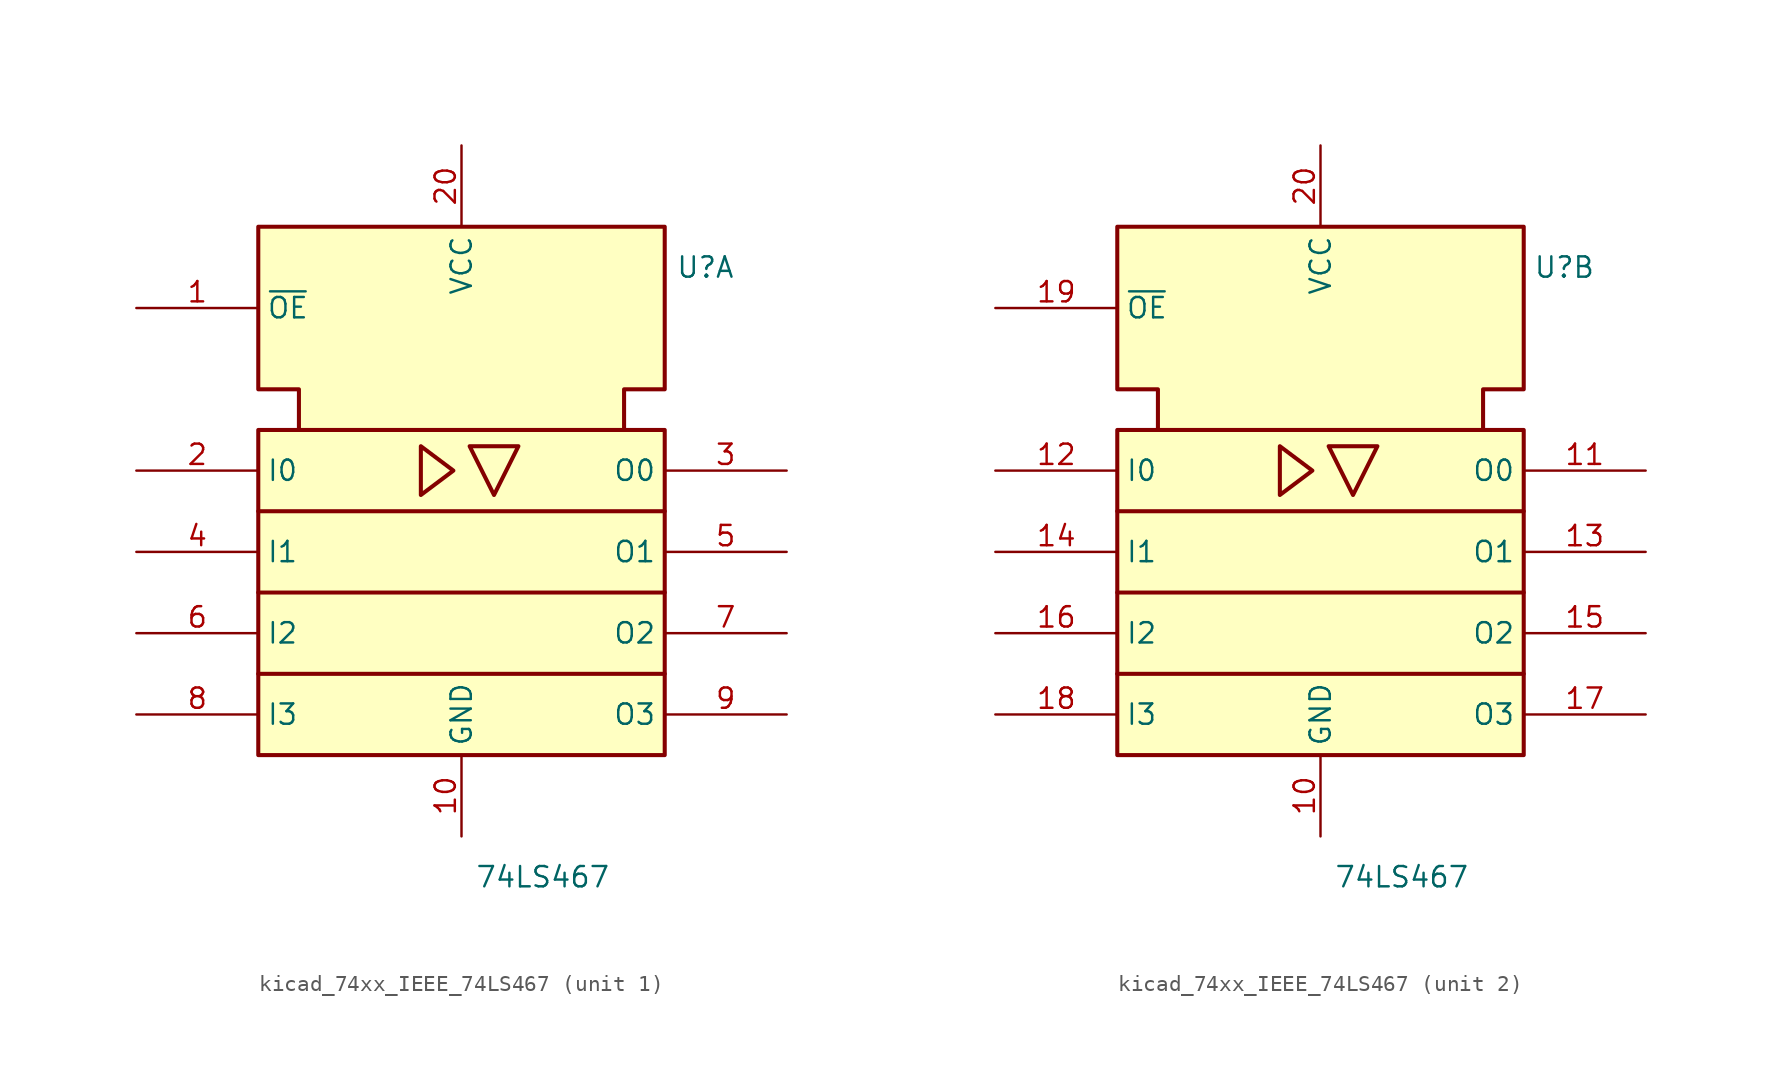
<source format=kicad_sym>
(kicad_symbol_lib
  (version 20220914)
  (generator kicad_symbol_editor)
  (symbol "kicad_74xx_IEEE_74LS467"
    (property "Reference" "U"
      (at 15.24 17.78 0)
      (effects (font (size 1.27 1.27))))
    (property "Value" "74LS467"
      (at 5.08 -20.32 0)
      (effects (font (size 1.27 1.27))))
    (symbol "kicad_74xx_IEEE_74LS467_0_0"
      (polyline (pts (xy 0.508 6.604) (xy 3.556 6.604) (xy 2.032 3.556) (xy 0.508 6.604) (xy 0.508 6.604)) (stroke (width 0.254) (type default)) (fill (type background)))
      (pin power_in line (at 0 -17.78 90) (length 5.08) (name "GND" (effects (font (size 1.27 1.27)))) (number "10" (effects (font (size 1.27 1.27)))))
      (pin power_in line (at 0 25.4 270) (length 5.08) (name "VCC" (effects (font (size 1.27 1.27)))) (number "20" (effects (font (size 1.27 1.27))))))
    (symbol "kicad_74xx_IEEE_74LS467_0_1"
      (rectangle (start -12.7 7.62) (end 12.7 -12.7) (stroke (width 0.254) (type default)) (fill (type background)))
      (polyline (pts (xy -12.7 -2.54) (xy 12.7 -2.54) (xy 12.7 -2.54)) (stroke (width 0.254) (type default)) (fill (type background)))
      (polyline (pts (xy 12.7 -7.62) (xy -12.7 -7.62) (xy -12.7 -7.62)) (stroke (width 0.254) (type default)) (fill (type background)))
      (polyline (pts (xy 12.7 2.54) (xy -12.7 2.54) (xy -12.7 2.54)) (stroke (width 0.254) (type default)) (fill (type background)))
      (polyline (pts (xy -2.54 6.604) (xy -2.54 3.556) (xy -0.508 5.08) (xy -2.54 6.604) (xy -2.54 6.604)) (stroke (width 0.254) (type default)) (fill (type background)))
      (polyline (pts (xy -10.16 7.62) (xy -10.16 10.16) (xy -12.7 10.16) (xy -12.7 20.32) (xy 12.7 20.32) (xy 12.7 10.16) (xy 10.16 10.16) (xy 10.16 7.62) (xy 10.16 7.62)) (stroke (width 0.254) (type default)) (fill (type background))))
    (symbol "kicad_74xx_IEEE_74LS467_1_1"
      (pin input line (at -20.32 15.24 0) (length 7.62) (name "~{OE}" (effects (font (size 1.27 1.27)))) (number "1" (effects (font (size 1.27 1.27)))))
      (pin input line (at -20.32 5.08 0) (length 7.62) (name "I0" (effects (font (size 1.27 1.27)))) (number "2" (effects (font (size 1.27 1.27)))))
      (pin tri_state line (at 20.32 5.08 180) (length 7.62) (name "O0" (effects (font (size 1.27 1.27)))) (number "3" (effects (font (size 1.27 1.27)))))
      (pin input line (at -20.32 0 0) (length 7.62) (name "I1" (effects (font (size 1.27 1.27)))) (number "4" (effects (font (size 1.27 1.27)))))
      (pin tri_state line (at 20.32 0 180) (length 7.62) (name "O1" (effects (font (size 1.27 1.27)))) (number "5" (effects (font (size 1.27 1.27)))))
      (pin input line (at -20.32 -5.08 0) (length 7.62) (name "I2" (effects (font (size 1.27 1.27)))) (number "6" (effects (font (size 1.27 1.27)))))
      (pin tri_state line (at 20.32 -5.08 180) (length 7.62) (name "O2" (effects (font (size 1.27 1.27)))) (number "7" (effects (font (size 1.27 1.27)))))
      (pin input line (at -20.32 -10.16 0) (length 7.62) (name "I3" (effects (font (size 1.27 1.27)))) (number "8" (effects (font (size 1.27 1.27)))))
      (pin tri_state line (at 20.32 -10.16 180) (length 7.62) (name "O3" (effects (font (size 1.27 1.27)))) (number "9" (effects (font (size 1.27 1.27))))))
    (symbol "kicad_74xx_IEEE_74LS467_2_1"
      (pin tri_state line (at 20.32 5.08 180) (length 7.62) (name "O0" (effects (font (size 1.27 1.27)))) (number "11" (effects (font (size 1.27 1.27)))))
      (pin input line (at -20.32 5.08 0) (length 7.62) (name "I0" (effects (font (size 1.27 1.27)))) (number "12" (effects (font (size 1.27 1.27)))))
      (pin tri_state line (at 20.32 0 180) (length 7.62) (name "O1" (effects (font (size 1.27 1.27)))) (number "13" (effects (font (size 1.27 1.27)))))
      (pin input line (at -20.32 0 0) (length 7.62) (name "I1" (effects (font (size 1.27 1.27)))) (number "14" (effects (font (size 1.27 1.27)))))
      (pin tri_state line (at 20.32 -5.08 180) (length 7.62) (name "O2" (effects (font (size 1.27 1.27)))) (number "15" (effects (font (size 1.27 1.27)))))
      (pin input line (at -20.32 -5.08 0) (length 7.62) (name "I2" (effects (font (size 1.27 1.27)))) (number "16" (effects (font (size 1.27 1.27)))))
      (pin tri_state line (at 20.32 -10.16 180) (length 7.62) (name "O3" (effects (font (size 1.27 1.27)))) (number "17" (effects (font (size 1.27 1.27)))))
      (pin input line (at -20.32 -10.16 0) (length 7.62) (name "I3" (effects (font (size 1.27 1.27)))) (number "18" (effects (font (size 1.27 1.27)))))
      (pin input line (at -20.32 15.24 0) (length 7.62) (name "~{OE}" (effects (font (size 1.27 1.27)))) (number "19" (effects (font (size 1.27 1.27))))))))
</source>
